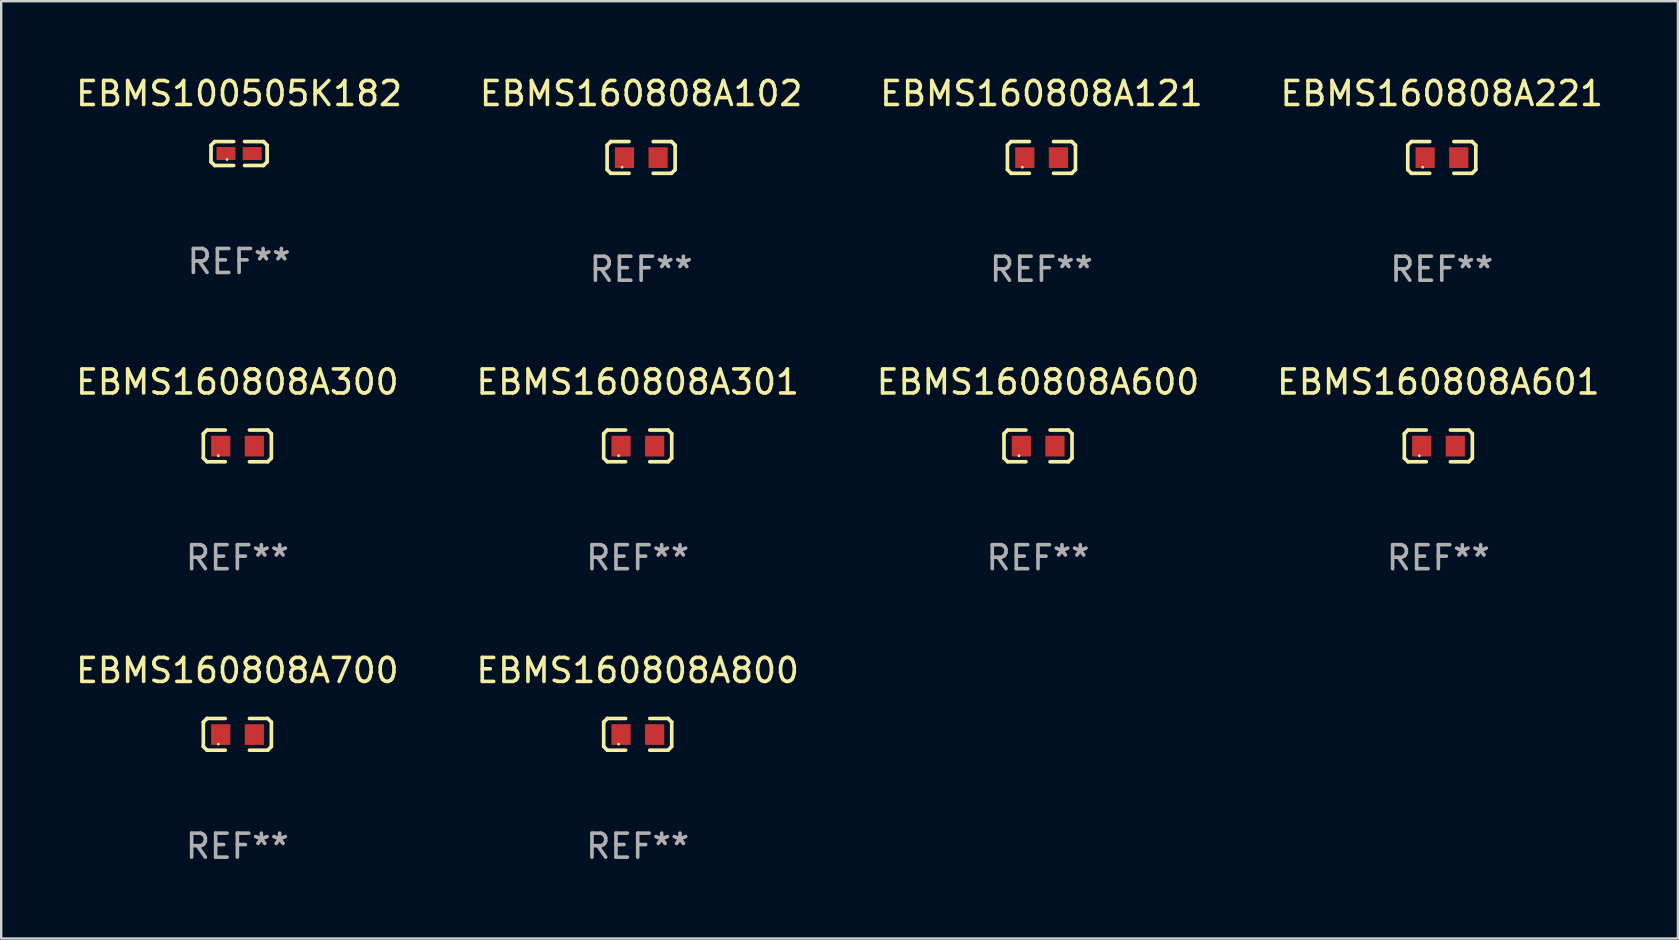
<source format=kicad_pcb>
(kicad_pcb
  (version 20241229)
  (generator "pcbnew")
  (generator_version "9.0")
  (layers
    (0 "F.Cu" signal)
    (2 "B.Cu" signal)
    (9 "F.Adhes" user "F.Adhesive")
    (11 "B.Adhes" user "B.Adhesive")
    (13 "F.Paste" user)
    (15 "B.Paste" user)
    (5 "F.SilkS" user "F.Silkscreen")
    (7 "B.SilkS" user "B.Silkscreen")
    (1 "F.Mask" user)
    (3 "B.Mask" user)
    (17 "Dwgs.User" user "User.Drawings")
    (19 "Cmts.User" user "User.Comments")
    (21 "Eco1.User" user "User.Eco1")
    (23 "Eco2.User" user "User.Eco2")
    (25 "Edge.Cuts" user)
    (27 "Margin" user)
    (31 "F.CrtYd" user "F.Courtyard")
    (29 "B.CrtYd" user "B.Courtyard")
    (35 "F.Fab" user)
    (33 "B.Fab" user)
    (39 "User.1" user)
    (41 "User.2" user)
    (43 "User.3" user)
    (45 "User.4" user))
  (footprint "EBMS160808A700"
    (layer "F.Cu")
    (at 6.839 27.544)
    (property "Reference" "EBMS160808A700" (at 0 -2.661 0) (layer "F.SilkS") (effects (font (size 1 1) (thickness 0.15))))
    (attr through_hole)
    (fp_line (start -1.417 -0.508) (end -1.265 -0.661) (stroke (width 0.152) (type solid)) (layer "F.SilkS"))
    (fp_line (start -1.417 0.508) (end -1.417 -0.508) (stroke (width 0.152) (type solid)) (layer "F.SilkS"))
    (fp_line (start -1.265 -0.661) (end -0.503 -0.661) (stroke (width 0.152) (type solid)) (layer "F.SilkS"))
    (fp_line (start -1.265 0.661) (end -1.417 0.508) (stroke (width 0.152) (type solid)) (layer "F.SilkS"))
    (fp_line (start -1.265 0.661) (end -0.503 0.661) (stroke (width 0.152) (type solid)) (layer "F.SilkS"))
    (fp_line (start 1.265 -0.661) (end 0.503 -0.661) (stroke (width 0.152) (type solid)) (layer "F.SilkS"))
    (fp_line (start 1.265 -0.661) (end 1.417 -0.508) (stroke (width 0.152) (type solid)) (layer "F.SilkS"))
    (fp_line (start 1.265 0.661) (end 0.503 0.661) (stroke (width 0.152) (type solid)) (layer "F.SilkS"))
    (fp_line (start 1.417 -0.508) (end 1.417 0.508) (stroke (width 0.152) (type solid)) (layer "F.SilkS"))
    (fp_line (start 1.417 0.508) (end 1.265 0.661) (stroke (width 0.152) (type solid)) (layer "F.SilkS"))
    (fp_circle (center -0.793 0.409) (end -0.763 0.409) (stroke (width 0.06) (type solid)) (fill no) (layer "F.SilkS"))
    (fp_text user "REF**" (at 0 4.661 0) (layer "F.Fab") (effects (font (size 1 1) (thickness 0.15))))
    (pad "1" smd rect (at -0.693 0.009 180) (size 0.8 0.864) (layers "F.Cu" "F.Mask" "F.Paste"))
    (pad "2" smd rect (at 0.707 0.009 180) (size 0.8 0.864) (layers "F.Cu" "F.Mask" "F.Paste")))
  (footprint "EBMS160808A300"
    (layer "F.Cu")
    (at 6.839 15.527)
    (property "Reference" "EBMS160808A300" (at 0 -2.661 0) (layer "F.SilkS") (effects (font (size 1 1) (thickness 0.15))))
    (attr through_hole)
    (fp_line (start -1.417 -0.508) (end -1.265 -0.661) (stroke (width 0.152) (type solid)) (layer "F.SilkS"))
    (fp_line (start -1.417 0.508) (end -1.417 -0.508) (stroke (width 0.152) (type solid)) (layer "F.SilkS"))
    (fp_line (start -1.265 -0.661) (end -0.503 -0.661) (stroke (width 0.152) (type solid)) (layer "F.SilkS"))
    (fp_line (start -1.265 0.661) (end -1.417 0.508) (stroke (width 0.152) (type solid)) (layer "F.SilkS"))
    (fp_line (start -1.265 0.661) (end -0.503 0.661) (stroke (width 0.152) (type solid)) (layer "F.SilkS"))
    (fp_line (start 1.265 -0.661) (end 0.503 -0.661) (stroke (width 0.152) (type solid)) (layer "F.SilkS"))
    (fp_line (start 1.265 -0.661) (end 1.417 -0.508) (stroke (width 0.152) (type solid)) (layer "F.SilkS"))
    (fp_line (start 1.265 0.661) (end 0.503 0.661) (stroke (width 0.152) (type solid)) (layer "F.SilkS"))
    (fp_line (start 1.417 -0.508) (end 1.417 0.508) (stroke (width 0.152) (type solid)) (layer "F.SilkS"))
    (fp_line (start 1.417 0.508) (end 1.265 0.661) (stroke (width 0.152) (type solid)) (layer "F.SilkS"))
    (fp_circle (center -0.793 0.409) (end -0.763 0.409) (stroke (width 0.06) (type solid)) (fill no) (layer "F.SilkS"))
    (fp_text user "REF**" (at 0 4.661 0) (layer "F.Fab") (effects (font (size 1 1) (thickness 0.15))))
    (pad "1" smd rect (at -0.693 0.009 180) (size 0.8 0.864) (layers "F.Cu" "F.Mask" "F.Paste"))
    (pad "2" smd rect (at 0.707 0.009 180) (size 0.8 0.864) (layers "F.Cu" "F.Mask" "F.Paste")))
  (footprint "EBMS160808A121"
    (layer "F.Cu")
    (at 40.339 3.509)
    (property "Reference" "EBMS160808A121" (at 0 -2.661 0) (layer "F.SilkS") (effects (font (size 1 1) (thickness 0.15))))
    (attr through_hole)
    (fp_line (start -1.417 -0.508) (end -1.265 -0.661) (stroke (width 0.152) (type solid)) (layer "F.SilkS"))
    (fp_line (start -1.417 0.508) (end -1.417 -0.508) (stroke (width 0.152) (type solid)) (layer "F.SilkS"))
    (fp_line (start -1.265 -0.661) (end -0.503 -0.661) (stroke (width 0.152) (type solid)) (layer "F.SilkS"))
    (fp_line (start -1.265 0.661) (end -1.417 0.508) (stroke (width 0.152) (type solid)) (layer "F.SilkS"))
    (fp_line (start -1.265 0.661) (end -0.503 0.661) (stroke (width 0.152) (type solid)) (layer "F.SilkS"))
    (fp_line (start 1.265 -0.661) (end 0.503 -0.661) (stroke (width 0.152) (type solid)) (layer "F.SilkS"))
    (fp_line (start 1.265 -0.661) (end 1.417 -0.508) (stroke (width 0.152) (type solid)) (layer "F.SilkS"))
    (fp_line (start 1.265 0.661) (end 0.503 0.661) (stroke (width 0.152) (type solid)) (layer "F.SilkS"))
    (fp_line (start 1.417 -0.508) (end 1.417 0.508) (stroke (width 0.152) (type solid)) (layer "F.SilkS"))
    (fp_line (start 1.417 0.508) (end 1.265 0.661) (stroke (width 0.152) (type solid)) (layer "F.SilkS"))
    (fp_circle (center -0.793 0.409) (end -0.763 0.409) (stroke (width 0.06) (type solid)) (fill no) (layer "F.SilkS"))
    (fp_text user "REF**" (at 0 4.661 0) (layer "F.Fab") (effects (font (size 1 1) (thickness 0.15))))
    (pad "1" smd rect (at -0.693 0.009 180) (size 0.8 0.864) (layers "F.Cu" "F.Mask" "F.Paste"))
    (pad "2" smd rect (at 0.707 0.009 180) (size 0.8 0.864) (layers "F.Cu" "F.Mask" "F.Paste")))
  (footprint "EBMS160808A102"
    (layer "F.Cu")
    (at 23.661 3.509)
    (property "Reference" "EBMS160808A102" (at 0 -2.661 0) (layer "F.SilkS") (effects (font (size 1 1) (thickness 0.15))))
    (attr through_hole)
    (fp_line (start -1.417 -0.508) (end -1.265 -0.661) (stroke (width 0.152) (type solid)) (layer "F.SilkS"))
    (fp_line (start -1.417 0.508) (end -1.417 -0.508) (stroke (width 0.152) (type solid)) (layer "F.SilkS"))
    (fp_line (start -1.265 -0.661) (end -0.503 -0.661) (stroke (width 0.152) (type solid)) (layer "F.SilkS"))
    (fp_line (start -1.265 0.661) (end -1.417 0.508) (stroke (width 0.152) (type solid)) (layer "F.SilkS"))
    (fp_line (start -1.265 0.661) (end -0.503 0.661) (stroke (width 0.152) (type solid)) (layer "F.SilkS"))
    (fp_line (start 1.265 -0.661) (end 0.503 -0.661) (stroke (width 0.152) (type solid)) (layer "F.SilkS"))
    (fp_line (start 1.265 -0.661) (end 1.417 -0.508) (stroke (width 0.152) (type solid)) (layer "F.SilkS"))
    (fp_line (start 1.265 0.661) (end 0.503 0.661) (stroke (width 0.152) (type solid)) (layer "F.SilkS"))
    (fp_line (start 1.417 -0.508) (end 1.417 0.508) (stroke (width 0.152) (type solid)) (layer "F.SilkS"))
    (fp_line (start 1.417 0.508) (end 1.265 0.661) (stroke (width 0.152) (type solid)) (layer "F.SilkS"))
    (fp_circle (center -0.793 0.409) (end -0.763 0.409) (stroke (width 0.06) (type solid)) (fill no) (layer "F.SilkS"))
    (fp_text user "REF**" (at 0 4.661 0) (layer "F.Fab") (effects (font (size 1 1) (thickness 0.15))))
    (pad "1" smd rect (at -0.693 0.009 180) (size 0.8 0.864) (layers "F.Cu" "F.Mask" "F.Paste"))
    (pad "2" smd rect (at 0.707 0.009 180) (size 0.8 0.864) (layers "F.Cu" "F.Mask" "F.Paste")))
  (footprint "EBMS160808A221"
    (layer "F.Cu")
    (at 57.018 3.509)
    (property "Reference" "EBMS160808A221" (at 0 -2.661 0) (layer "F.SilkS") (effects (font (size 1 1) (thickness 0.15))))
    (attr through_hole)
    (fp_line (start -1.417 -0.508) (end -1.265 -0.661) (stroke (width 0.152) (type solid)) (layer "F.SilkS"))
    (fp_line (start -1.417 0.508) (end -1.417 -0.508) (stroke (width 0.152) (type solid)) (layer "F.SilkS"))
    (fp_line (start -1.265 -0.661) (end -0.503 -0.661) (stroke (width 0.152) (type solid)) (layer "F.SilkS"))
    (fp_line (start -1.265 0.661) (end -1.417 0.508) (stroke (width 0.152) (type solid)) (layer "F.SilkS"))
    (fp_line (start -1.265 0.661) (end -0.503 0.661) (stroke (width 0.152) (type solid)) (layer "F.SilkS"))
    (fp_line (start 1.265 -0.661) (end 0.503 -0.661) (stroke (width 0.152) (type solid)) (layer "F.SilkS"))
    (fp_line (start 1.265 -0.661) (end 1.417 -0.508) (stroke (width 0.152) (type solid)) (layer "F.SilkS"))
    (fp_line (start 1.265 0.661) (end 0.503 0.661) (stroke (width 0.152) (type solid)) (layer "F.SilkS"))
    (fp_line (start 1.417 -0.508) (end 1.417 0.508) (stroke (width 0.152) (type solid)) (layer "F.SilkS"))
    (fp_line (start 1.417 0.508) (end 1.265 0.661) (stroke (width 0.152) (type solid)) (layer "F.SilkS"))
    (fp_circle (center -0.793 0.409) (end -0.763 0.409) (stroke (width 0.06) (type solid)) (fill no) (layer "F.SilkS"))
    (fp_text user "REF**" (at 0 4.661 0) (layer "F.Fab") (effects (font (size 1 1) (thickness 0.15))))
    (pad "1" smd rect (at -0.693 0.009 180) (size 0.8 0.864) (layers "F.Cu" "F.Mask" "F.Paste"))
    (pad "2" smd rect (at 0.707 0.009 180) (size 0.8 0.864) (layers "F.Cu" "F.Mask" "F.Paste")))
  (footprint "EBMS100505K182"
    (layer "F.Cu")
    (at 6.911 3.347)
    (property "Reference" "EBMS100505K182" (at 0 -2.499 0) (layer "F.SilkS") (effects (font (size 1 1) (thickness 0.15))))
    (attr through_hole)
    (fp_line (start -1.169 -0.346) (end -1.016 -0.499) (stroke (width 0.152) (type solid)) (layer "F.SilkS"))
    (fp_line (start -1.169 0.346) (end -1.169 -0.346) (stroke (width 0.152) (type solid)) (layer "F.SilkS"))
    (fp_line (start -1.016 -0.499) (end -0.226 -0.499) (stroke (width 0.152) (type solid)) (layer "F.SilkS"))
    (fp_line (start -1.016 0.499) (end -1.169 0.346) (stroke (width 0.152) (type solid)) (layer "F.SilkS"))
    (fp_line (start -0.226 0.499) (end -1.016 0.499) (stroke (width 0.152) (type solid)) (layer "F.SilkS"))
    (fp_line (start 0.226 0.499) (end 1.016 0.499) (stroke (width 0.152) (type solid)) (layer "F.SilkS"))
    (fp_line (start 1.016 -0.499) (end 0.226 -0.499) (stroke (width 0.152) (type solid)) (layer "F.SilkS"))
    (fp_line (start 1.016 0.499) (end 1.169 0.346) (stroke (width 0.152) (type solid)) (layer "F.SilkS"))
    (fp_line (start 1.169 -0.346) (end 1.016 -0.499) (stroke (width 0.152) (type solid)) (layer "F.SilkS"))
    (fp_line (start 1.169 0.346) (end 1.169 -0.346) (stroke (width 0.152) (type solid)) (layer "F.SilkS"))
    (fp_circle (center -0.5 0.25) (end -0.47 0.25) (stroke (width 0.06) (type solid)) (fill no) (layer "F.SilkS"))
    (fp_text user "REF**" (at 0 4.499 0) (layer "F.Fab") (effects (font (size 1 1) (thickness 0.15))))
    (pad "1" smd rect (at -0.545 0) (size 0.79 0.54) (layers "F.Cu" "F.Mask" "F.Paste"))
    (pad "2" smd rect (at 0.545 0) (size 0.79 0.54) (layers "F.Cu" "F.Mask" "F.Paste")))
  (footprint "EBMS160808A301"
    (layer "F.Cu")
    (at 23.518 15.527)
    (property "Reference" "EBMS160808A301" (at 0 -2.661 0) (layer "F.SilkS") (effects (font (size 1 1) (thickness 0.15))))
    (attr through_hole)
    (fp_line (start -1.417 -0.508) (end -1.265 -0.661) (stroke (width 0.152) (type solid)) (layer "F.SilkS"))
    (fp_line (start -1.417 0.508) (end -1.417 -0.508) (stroke (width 0.152) (type solid)) (layer "F.SilkS"))
    (fp_line (start -1.265 -0.661) (end -0.503 -0.661) (stroke (width 0.152) (type solid)) (layer "F.SilkS"))
    (fp_line (start -1.265 0.661) (end -1.417 0.508) (stroke (width 0.152) (type solid)) (layer "F.SilkS"))
    (fp_line (start -1.265 0.661) (end -0.503 0.661) (stroke (width 0.152) (type solid)) (layer "F.SilkS"))
    (fp_line (start 1.265 -0.661) (end 0.503 -0.661) (stroke (width 0.152) (type solid)) (layer "F.SilkS"))
    (fp_line (start 1.265 -0.661) (end 1.417 -0.508) (stroke (width 0.152) (type solid)) (layer "F.SilkS"))
    (fp_line (start 1.265 0.661) (end 0.503 0.661) (stroke (width 0.152) (type solid)) (layer "F.SilkS"))
    (fp_line (start 1.417 -0.508) (end 1.417 0.508) (stroke (width 0.152) (type solid)) (layer "F.SilkS"))
    (fp_line (start 1.417 0.508) (end 1.265 0.661) (stroke (width 0.152) (type solid)) (layer "F.SilkS"))
    (fp_circle (center -0.793 0.409) (end -0.763 0.409) (stroke (width 0.06) (type solid)) (fill no) (layer "F.SilkS"))
    (fp_text user "REF**" (at 0 4.661 0) (layer "F.Fab") (effects (font (size 1 1) (thickness 0.15))))
    (pad "1" smd rect (at -0.693 0.009 180) (size 0.8 0.864) (layers "F.Cu" "F.Mask" "F.Paste"))
    (pad "2" smd rect (at 0.707 0.009 180) (size 0.8 0.864) (layers "F.Cu" "F.Mask" "F.Paste")))
  (footprint "EBMS160808A600"
    (layer "F.Cu")
    (at 40.196 15.527)
    (property "Reference" "EBMS160808A600" (at 0 -2.661 0) (layer "F.SilkS") (effects (font (size 1 1) (thickness 0.15))))
    (attr through_hole)
    (fp_line (start -1.417 -0.508) (end -1.265 -0.661) (stroke (width 0.152) (type solid)) (layer "F.SilkS"))
    (fp_line (start -1.417 0.508) (end -1.417 -0.508) (stroke (width 0.152) (type solid)) (layer "F.SilkS"))
    (fp_line (start -1.265 -0.661) (end -0.503 -0.661) (stroke (width 0.152) (type solid)) (layer "F.SilkS"))
    (fp_line (start -1.265 0.661) (end -1.417 0.508) (stroke (width 0.152) (type solid)) (layer "F.SilkS"))
    (fp_line (start -1.265 0.661) (end -0.503 0.661) (stroke (width 0.152) (type solid)) (layer "F.SilkS"))
    (fp_line (start 1.265 -0.661) (end 0.503 -0.661) (stroke (width 0.152) (type solid)) (layer "F.SilkS"))
    (fp_line (start 1.265 -0.661) (end 1.417 -0.508) (stroke (width 0.152) (type solid)) (layer "F.SilkS"))
    (fp_line (start 1.265 0.661) (end 0.503 0.661) (stroke (width 0.152) (type solid)) (layer "F.SilkS"))
    (fp_line (start 1.417 -0.508) (end 1.417 0.508) (stroke (width 0.152) (type solid)) (layer "F.SilkS"))
    (fp_line (start 1.417 0.508) (end 1.265 0.661) (stroke (width 0.152) (type solid)) (layer "F.SilkS"))
    (fp_circle (center -0.793 0.409) (end -0.763 0.409) (stroke (width 0.06) (type solid)) (fill no) (layer "F.SilkS"))
    (fp_text user "REF**" (at 0 4.661 0) (layer "F.Fab") (effects (font (size 1 1) (thickness 0.15))))
    (pad "1" smd rect (at -0.693 0.009 180) (size 0.8 0.864) (layers "F.Cu" "F.Mask" "F.Paste"))
    (pad "2" smd rect (at 0.707 0.009 180) (size 0.8 0.864) (layers "F.Cu" "F.Mask" "F.Paste")))
  (footprint "EBMS160808A601"
    (layer "F.Cu")
    (at 56.875 15.527)
    (property "Reference" "EBMS160808A601" (at 0 -2.661 0) (layer "F.SilkS") (effects (font (size 1 1) (thickness 0.15))))
    (attr through_hole)
    (fp_line (start -1.417 -0.508) (end -1.265 -0.661) (stroke (width 0.152) (type solid)) (layer "F.SilkS"))
    (fp_line (start -1.417 0.508) (end -1.417 -0.508) (stroke (width 0.152) (type solid)) (layer "F.SilkS"))
    (fp_line (start -1.265 -0.661) (end -0.503 -0.661) (stroke (width 0.152) (type solid)) (layer "F.SilkS"))
    (fp_line (start -1.265 0.661) (end -1.417 0.508) (stroke (width 0.152) (type solid)) (layer "F.SilkS"))
    (fp_line (start -1.265 0.661) (end -0.503 0.661) (stroke (width 0.152) (type solid)) (layer "F.SilkS"))
    (fp_line (start 1.265 -0.661) (end 0.503 -0.661) (stroke (width 0.152) (type solid)) (layer "F.SilkS"))
    (fp_line (start 1.265 -0.661) (end 1.417 -0.508) (stroke (width 0.152) (type solid)) (layer "F.SilkS"))
    (fp_line (start 1.265 0.661) (end 0.503 0.661) (stroke (width 0.152) (type solid)) (layer "F.SilkS"))
    (fp_line (start 1.417 -0.508) (end 1.417 0.508) (stroke (width 0.152) (type solid)) (layer "F.SilkS"))
    (fp_line (start 1.417 0.508) (end 1.265 0.661) (stroke (width 0.152) (type solid)) (layer "F.SilkS"))
    (fp_circle (center -0.793 0.409) (end -0.763 0.409) (stroke (width 0.06) (type solid)) (fill no) (layer "F.SilkS"))
    (fp_text user "REF**" (at 0 4.661 0) (layer "F.Fab") (effects (font (size 1 1) (thickness 0.15))))
    (pad "1" smd rect (at -0.693 0.009 180) (size 0.8 0.864) (layers "F.Cu" "F.Mask" "F.Paste"))
    (pad "2" smd rect (at 0.707 0.009 180) (size 0.8 0.864) (layers "F.Cu" "F.Mask" "F.Paste")))
  (footprint "EBMS160808A800"
    (layer "F.Cu")
    (at 23.518 27.544)
    (property "Reference" "EBMS160808A800" (at 0 -2.661 0) (layer "F.SilkS") (effects (font (size 1 1) (thickness 0.15))))
    (attr through_hole)
    (fp_line (start -1.417 -0.508) (end -1.265 -0.661) (stroke (width 0.152) (type solid)) (layer "F.SilkS"))
    (fp_line (start -1.417 0.508) (end -1.417 -0.508) (stroke (width 0.152) (type solid)) (layer "F.SilkS"))
    (fp_line (start -1.265 -0.661) (end -0.503 -0.661) (stroke (width 0.152) (type solid)) (layer "F.SilkS"))
    (fp_line (start -1.265 0.661) (end -1.417 0.508) (stroke (width 0.152) (type solid)) (layer "F.SilkS"))
    (fp_line (start -1.265 0.661) (end -0.503 0.661) (stroke (width 0.152) (type solid)) (layer "F.SilkS"))
    (fp_line (start 1.265 -0.661) (end 0.503 -0.661) (stroke (width 0.152) (type solid)) (layer "F.SilkS"))
    (fp_line (start 1.265 -0.661) (end 1.417 -0.508) (stroke (width 0.152) (type solid)) (layer "F.SilkS"))
    (fp_line (start 1.265 0.661) (end 0.503 0.661) (stroke (width 0.152) (type solid)) (layer "F.SilkS"))
    (fp_line (start 1.417 -0.508) (end 1.417 0.508) (stroke (width 0.152) (type solid)) (layer "F.SilkS"))
    (fp_line (start 1.417 0.508) (end 1.265 0.661) (stroke (width 0.152) (type solid)) (layer "F.SilkS"))
    (fp_circle (center -0.793 0.409) (end -0.763 0.409) (stroke (width 0.06) (type solid)) (fill no) (layer "F.SilkS"))
    (fp_text user "REF**" (at 0 4.661 0) (layer "F.Fab") (effects (font (size 1 1) (thickness 0.15))))
    (pad "1" smd rect (at -0.693 0.009 180) (size 0.8 0.864) (layers "F.Cu" "F.Mask" "F.Paste"))
    (pad "2" smd rect (at 0.707 0.009 180) (size 0.8 0.864) (layers "F.Cu" "F.Mask" "F.Paste")))
  (gr_rect
    (start -3 -3)
    (end 66.857 36.053)
    (stroke (width 0.1) (type default))
    (fill no)
    (layer "Edge.Cuts")))
</source>
